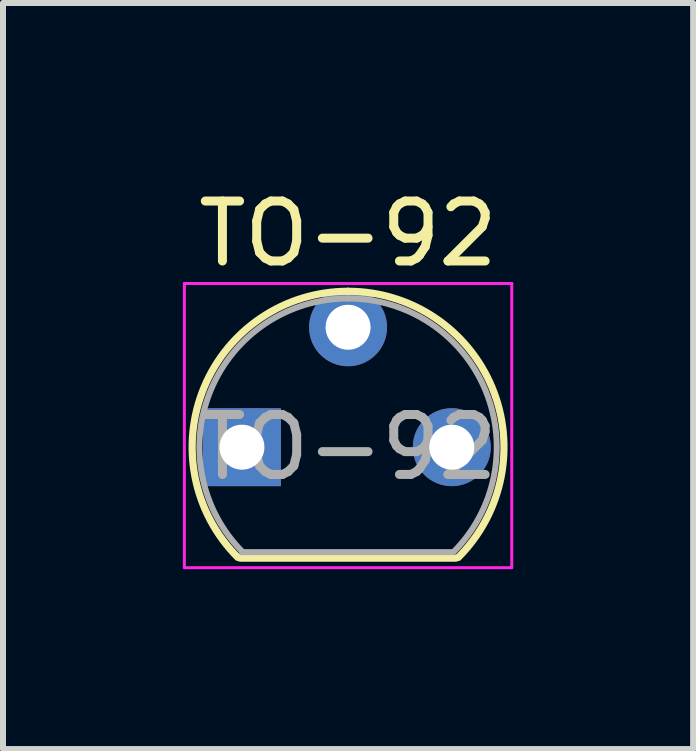
<source format=kicad_pcb>
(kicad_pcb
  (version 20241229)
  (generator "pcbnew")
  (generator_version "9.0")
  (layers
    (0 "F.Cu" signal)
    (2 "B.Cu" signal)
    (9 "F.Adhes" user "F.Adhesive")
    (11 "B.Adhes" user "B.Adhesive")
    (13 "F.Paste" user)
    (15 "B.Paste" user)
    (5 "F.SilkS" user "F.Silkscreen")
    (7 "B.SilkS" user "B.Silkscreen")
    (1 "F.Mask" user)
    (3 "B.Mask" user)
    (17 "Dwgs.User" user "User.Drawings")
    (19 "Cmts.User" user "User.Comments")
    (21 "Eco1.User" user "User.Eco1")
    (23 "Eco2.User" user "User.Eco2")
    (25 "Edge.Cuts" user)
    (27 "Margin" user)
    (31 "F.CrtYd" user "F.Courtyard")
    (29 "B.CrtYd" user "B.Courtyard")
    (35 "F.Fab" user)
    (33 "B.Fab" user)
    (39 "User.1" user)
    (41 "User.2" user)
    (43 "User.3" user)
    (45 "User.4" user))
  (footprint "TO-92"
    (layer "F.Cu")
    (at 1.485 4.408)
    (property "Reference" "TO-92" (at 1.27 -3.56 0) (layer "F.SilkS") (effects (font (size 1 1) (thickness 0.15))))
    (attr through_hole)
    (fp_line (start -0.53 1.85) (end 3.07 1.85) (stroke (width 0.12) (type solid)) (layer "F.SilkS"))
    (fp_arc (start -0.568478 1.838478) (mid -1.132087 -0.994977) (end 1.27 -2.6) (stroke (width 0.12) (type solid)) (layer "F.SilkS"))
    (fp_arc (start 1.27 -2.6) (mid 3.672087 -0.994977) (end 3.108478 1.838478) (stroke (width 0.12) (type solid)) (layer "F.SilkS"))
    (fp_line (start -1.46 -2.73) (end -1.46 2.01) (stroke (width 0.05) (type solid)) (layer "F.CrtYd"))
    (fp_line (start -1.46 -2.73) (end 4 -2.73) (stroke (width 0.05) (type solid)) (layer "F.CrtYd"))
    (fp_line (start 4 2.01) (end -1.46 2.01) (stroke (width 0.05) (type solid)) (layer "F.CrtYd"))
    (fp_line (start 4 2.01) (end 4 -2.73) (stroke (width 0.05) (type solid)) (layer "F.CrtYd"))
    (fp_line (start -0.5 1.75) (end 3 1.75) (stroke (width 0.1) (type solid)) (layer "F.Fab"))
    (fp_arc (start -0.483625 1.753625) (mid -1.021221 -0.949055) (end 1.27 -2.48) (stroke (width 0.1) (type solid)) (layer "F.Fab"))
    (fp_arc (start 1.27 -2.48) (mid 3.561221 -0.949055) (end 3.023625 1.753625) (stroke (width 0.1) (type solid)) (layer "F.Fab"))
    (fp_text user "${REFERENCE}" (at 1.27 0 0) (layer "F.Fab") (effects (font (size 1 1) (thickness 0.15))))
    (pad "1" thru_hole rect (at -0.5 0) (size 1.3 1.3) (drill 0.75) (layers "*.Cu" "*.Mask"))
    (pad "2" thru_hole circle (at 1.27 -2) (size 1.3 1.3) (drill 0.75) (layers "*.Cu" "*.Mask"))
    (pad "3" thru_hole circle (at 3 0) (size 1.3 1.3) (drill 0.75) (layers "*.Cu" "*.Mask")))
  (gr_rect
    (start -3 -3)
    (end 8.51 9.443)
    (stroke (width 0.1) (type default))
    (fill no)
    (layer "Edge.Cuts")))
</source>
